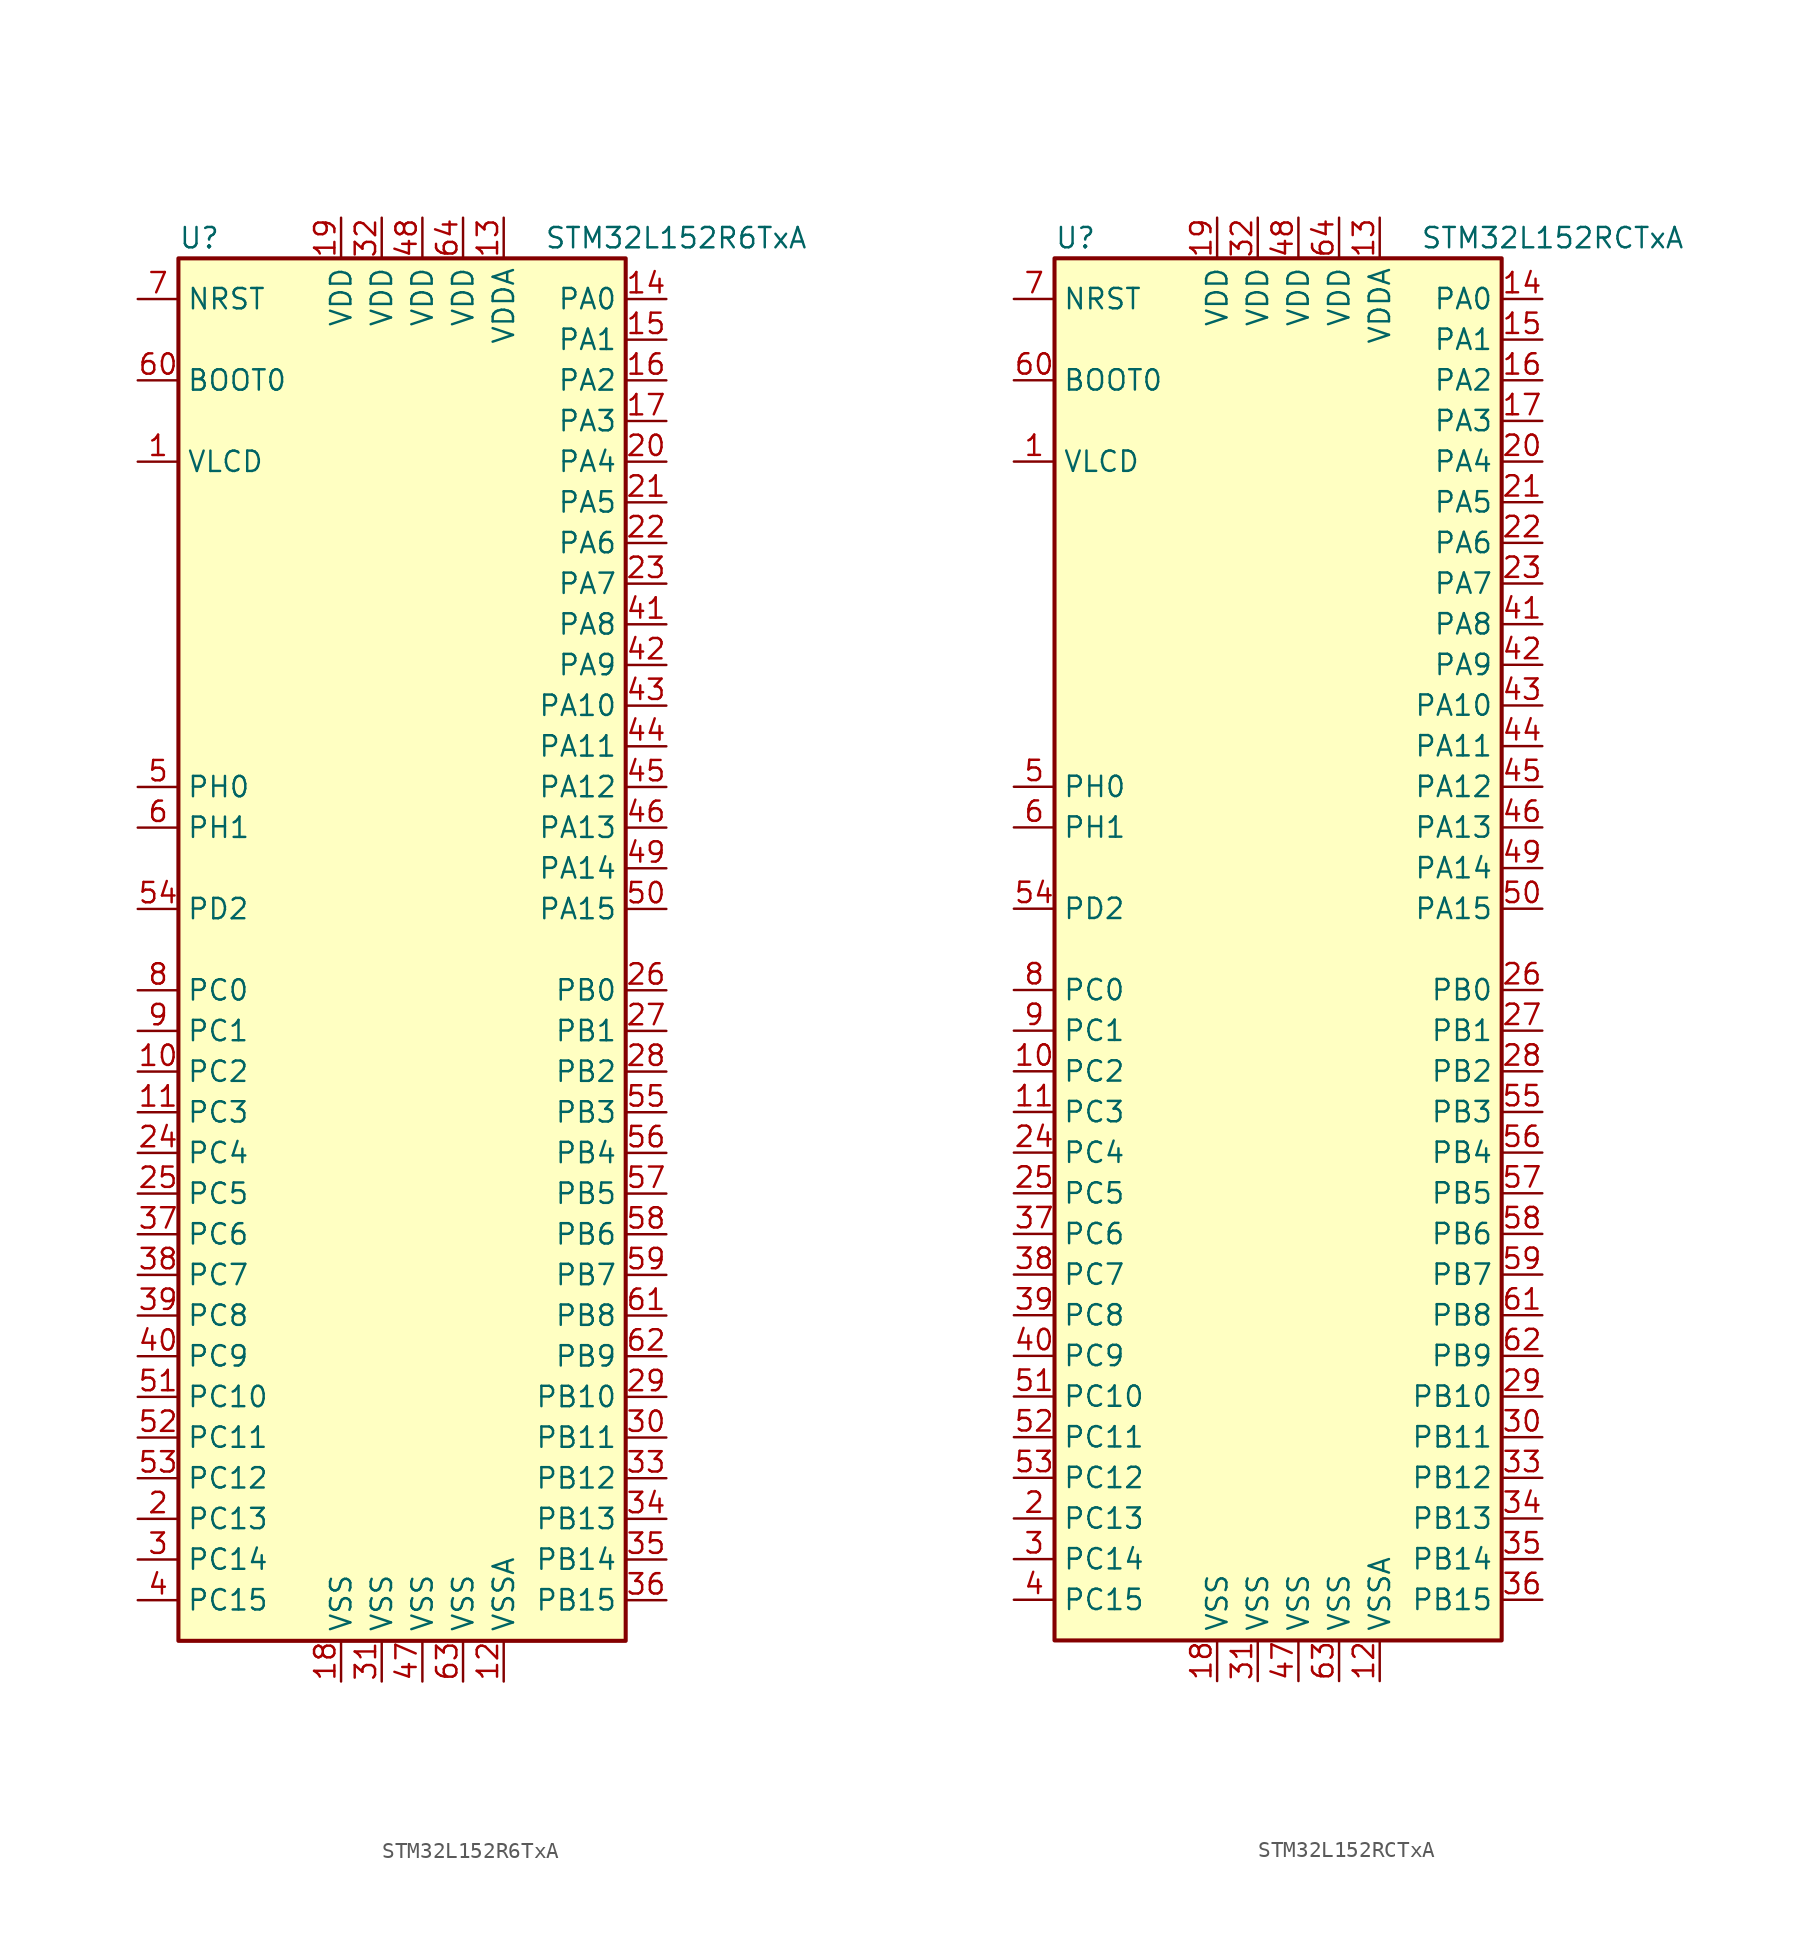
<source format=kicad_sym>
(kicad_symbol_lib
  (version 20201005)
  (generator kicad_symbol_editor)
  (symbol "MCU_ST_STM32L1:STM32L152R6TxA"
    (property "Reference" "U"
      (at -15.24 44.45 0)
      (effects (font (size 1.27 1.27)) (justify left)))
    (property "Value" "STM32L152R6TxA"
      (at 7.62 44.45 0)
      (effects (font (size 1.27 1.27)) (justify left)))
    (symbol "STM32L152R6TxA_0_1"
      (rectangle (start -15.24 -43.18) (end 12.7 43.18) (stroke (width 0.254)) (fill (type background))))
    (symbol "STM32L152R6TxA_1_1"
      (pin input line (at -17.78 35.56 0) (length 2.54) (name "BOOT0" (effects (font (size 1.27 1.27)))) (number "60" (effects (font (size 1.27 1.27)))))
      (pin input line (at -17.78 40.64 0) (length 2.54) (name "NRST" (effects (font (size 1.27 1.27)))) (number "7" (effects (font (size 1.27 1.27)))))
      (pin bidirectional line (at 15.24 40.64 180) (length 2.54) (name "PA0" (effects (font (size 1.27 1.27)))) (number "14" (effects (font (size 1.27 1.27)))))
      (pin bidirectional line (at 15.24 38.1 180) (length 2.54) (name "PA1" (effects (font (size 1.27 1.27)))) (number "15" (effects (font (size 1.27 1.27)))))
      (pin bidirectional line (at 15.24 15.24 180) (length 2.54) (name "PA10" (effects (font (size 1.27 1.27)))) (number "43" (effects (font (size 1.27 1.27)))))
      (pin bidirectional line (at 15.24 12.7 180) (length 2.54) (name "PA11" (effects (font (size 1.27 1.27)))) (number "44" (effects (font (size 1.27 1.27)))))
      (pin bidirectional line (at 15.24 10.16 180) (length 2.54) (name "PA12" (effects (font (size 1.27 1.27)))) (number "45" (effects (font (size 1.27 1.27)))))
      (pin bidirectional line (at 15.24 7.62 180) (length 2.54) (name "PA13" (effects (font (size 1.27 1.27)))) (number "46" (effects (font (size 1.27 1.27)))))
      (pin bidirectional line (at 15.24 5.08 180) (length 2.54) (name "PA14" (effects (font (size 1.27 1.27)))) (number "49" (effects (font (size 1.27 1.27)))))
      (pin bidirectional line (at 15.24 2.54 180) (length 2.54) (name "PA15" (effects (font (size 1.27 1.27)))) (number "50" (effects (font (size 1.27 1.27)))))
      (pin bidirectional line (at 15.24 35.56 180) (length 2.54) (name "PA2" (effects (font (size 1.27 1.27)))) (number "16" (effects (font (size 1.27 1.27)))))
      (pin bidirectional line (at 15.24 33.02 180) (length 2.54) (name "PA3" (effects (font (size 1.27 1.27)))) (number "17" (effects (font (size 1.27 1.27)))))
      (pin bidirectional line (at 15.24 30.48 180) (length 2.54) (name "PA4" (effects (font (size 1.27 1.27)))) (number "20" (effects (font (size 1.27 1.27)))))
      (pin bidirectional line (at 15.24 27.94 180) (length 2.54) (name "PA5" (effects (font (size 1.27 1.27)))) (number "21" (effects (font (size 1.27 1.27)))))
      (pin bidirectional line (at 15.24 25.4 180) (length 2.54) (name "PA6" (effects (font (size 1.27 1.27)))) (number "22" (effects (font (size 1.27 1.27)))))
      (pin bidirectional line (at 15.24 22.86 180) (length 2.54) (name "PA7" (effects (font (size 1.27 1.27)))) (number "23" (effects (font (size 1.27 1.27)))))
      (pin bidirectional line (at 15.24 20.32 180) (length 2.54) (name "PA8" (effects (font (size 1.27 1.27)))) (number "41" (effects (font (size 1.27 1.27)))))
      (pin bidirectional line (at 15.24 17.78 180) (length 2.54) (name "PA9" (effects (font (size 1.27 1.27)))) (number "42" (effects (font (size 1.27 1.27)))))
      (pin bidirectional line (at 15.24 -2.54 180) (length 2.54) (name "PB0" (effects (font (size 1.27 1.27)))) (number "26" (effects (font (size 1.27 1.27)))))
      (pin bidirectional line (at 15.24 -5.08 180) (length 2.54) (name "PB1" (effects (font (size 1.27 1.27)))) (number "27" (effects (font (size 1.27 1.27)))))
      (pin bidirectional line (at 15.24 -27.94 180) (length 2.54) (name "PB10" (effects (font (size 1.27 1.27)))) (number "29" (effects (font (size 1.27 1.27)))))
      (pin bidirectional line (at 15.24 -30.48 180) (length 2.54) (name "PB11" (effects (font (size 1.27 1.27)))) (number "30" (effects (font (size 1.27 1.27)))))
      (pin bidirectional line (at 15.24 -33.02 180) (length 2.54) (name "PB12" (effects (font (size 1.27 1.27)))) (number "33" (effects (font (size 1.27 1.27)))))
      (pin bidirectional line (at 15.24 -35.56 180) (length 2.54) (name "PB13" (effects (font (size 1.27 1.27)))) (number "34" (effects (font (size 1.27 1.27)))))
      (pin bidirectional line (at 15.24 -38.1 180) (length 2.54) (name "PB14" (effects (font (size 1.27 1.27)))) (number "35" (effects (font (size 1.27 1.27)))))
      (pin bidirectional line (at 15.24 -40.64 180) (length 2.54) (name "PB15" (effects (font (size 1.27 1.27)))) (number "36" (effects (font (size 1.27 1.27)))))
      (pin bidirectional line (at 15.24 -7.62 180) (length 2.54) (name "PB2" (effects (font (size 1.27 1.27)))) (number "28" (effects (font (size 1.27 1.27)))))
      (pin bidirectional line (at 15.24 -10.16 180) (length 2.54) (name "PB3" (effects (font (size 1.27 1.27)))) (number "55" (effects (font (size 1.27 1.27)))))
      (pin bidirectional line (at 15.24 -12.7 180) (length 2.54) (name "PB4" (effects (font (size 1.27 1.27)))) (number "56" (effects (font (size 1.27 1.27)))))
      (pin bidirectional line (at 15.24 -15.24 180) (length 2.54) (name "PB5" (effects (font (size 1.27 1.27)))) (number "57" (effects (font (size 1.27 1.27)))))
      (pin bidirectional line (at 15.24 -17.78 180) (length 2.54) (name "PB6" (effects (font (size 1.27 1.27)))) (number "58" (effects (font (size 1.27 1.27)))))
      (pin bidirectional line (at 15.24 -20.32 180) (length 2.54) (name "PB7" (effects (font (size 1.27 1.27)))) (number "59" (effects (font (size 1.27 1.27)))))
      (pin bidirectional line (at 15.24 -22.86 180) (length 2.54) (name "PB8" (effects (font (size 1.27 1.27)))) (number "61" (effects (font (size 1.27 1.27)))))
      (pin bidirectional line (at 15.24 -25.4 180) (length 2.54) (name "PB9" (effects (font (size 1.27 1.27)))) (number "62" (effects (font (size 1.27 1.27)))))
      (pin bidirectional line (at -17.78 -2.54 0) (length 2.54) (name "PC0" (effects (font (size 1.27 1.27)))) (number "8" (effects (font (size 1.27 1.27)))))
      (pin bidirectional line (at -17.78 -5.08 0) (length 2.54) (name "PC1" (effects (font (size 1.27 1.27)))) (number "9" (effects (font (size 1.27 1.27)))))
      (pin bidirectional line (at -17.78 -27.94 0) (length 2.54) (name "PC10" (effects (font (size 1.27 1.27)))) (number "51" (effects (font (size 1.27 1.27)))))
      (pin bidirectional line (at -17.78 -30.48 0) (length 2.54) (name "PC11" (effects (font (size 1.27 1.27)))) (number "52" (effects (font (size 1.27 1.27)))))
      (pin bidirectional line (at -17.78 -33.02 0) (length 2.54) (name "PC12" (effects (font (size 1.27 1.27)))) (number "53" (effects (font (size 1.27 1.27)))))
      (pin bidirectional line (at -17.78 -35.56 0) (length 2.54) (name "PC13" (effects (font (size 1.27 1.27)))) (number "2" (effects (font (size 1.27 1.27)))))
      (pin bidirectional line (at -17.78 -38.1 0) (length 2.54) (name "PC14" (effects (font (size 1.27 1.27)))) (number "3" (effects (font (size 1.27 1.27)))))
      (pin bidirectional line (at -17.78 -40.64 0) (length 2.54) (name "PC15" (effects (font (size 1.27 1.27)))) (number "4" (effects (font (size 1.27 1.27)))))
      (pin bidirectional line (at -17.78 -7.62 0) (length 2.54) (name "PC2" (effects (font (size 1.27 1.27)))) (number "10" (effects (font (size 1.27 1.27)))))
      (pin bidirectional line (at -17.78 -10.16 0) (length 2.54) (name "PC3" (effects (font (size 1.27 1.27)))) (number "11" (effects (font (size 1.27 1.27)))))
      (pin bidirectional line (at -17.78 -12.7 0) (length 2.54) (name "PC4" (effects (font (size 1.27 1.27)))) (number "24" (effects (font (size 1.27 1.27)))))
      (pin bidirectional line (at -17.78 -15.24 0) (length 2.54) (name "PC5" (effects (font (size 1.27 1.27)))) (number "25" (effects (font (size 1.27 1.27)))))
      (pin bidirectional line (at -17.78 -17.78 0) (length 2.54) (name "PC6" (effects (font (size 1.27 1.27)))) (number "37" (effects (font (size 1.27 1.27)))))
      (pin bidirectional line (at -17.78 -20.32 0) (length 2.54) (name "PC7" (effects (font (size 1.27 1.27)))) (number "38" (effects (font (size 1.27 1.27)))))
      (pin bidirectional line (at -17.78 -22.86 0) (length 2.54) (name "PC8" (effects (font (size 1.27 1.27)))) (number "39" (effects (font (size 1.27 1.27)))))
      (pin bidirectional line (at -17.78 -25.4 0) (length 2.54) (name "PC9" (effects (font (size 1.27 1.27)))) (number "40" (effects (font (size 1.27 1.27)))))
      (pin bidirectional line (at -17.78 2.54 0) (length 2.54) (name "PD2" (effects (font (size 1.27 1.27)))) (number "54" (effects (font (size 1.27 1.27)))))
      (pin input line (at -17.78 10.16 0) (length 2.54) (name "PH0" (effects (font (size 1.27 1.27)))) (number "5" (effects (font (size 1.27 1.27)))))
      (pin input line (at -17.78 7.62 0) (length 2.54) (name "PH1" (effects (font (size 1.27 1.27)))) (number "6" (effects (font (size 1.27 1.27)))))
      (pin power_in line (at -5.08 45.72 270) (length 2.54) (name "VDD" (effects (font (size 1.27 1.27)))) (number "19" (effects (font (size 1.27 1.27)))))
      (pin power_in line (at -2.54 45.72 270) (length 2.54) (name "VDD" (effects (font (size 1.27 1.27)))) (number "32" (effects (font (size 1.27 1.27)))))
      (pin power_in line (at 0 45.72 270) (length 2.54) (name "VDD" (effects (font (size 1.27 1.27)))) (number "48" (effects (font (size 1.27 1.27)))))
      (pin power_in line (at 2.54 45.72 270) (length 2.54) (name "VDD" (effects (font (size 1.27 1.27)))) (number "64" (effects (font (size 1.27 1.27)))))
      (pin power_in line (at 5.08 45.72 270) (length 2.54) (name "VDDA" (effects (font (size 1.27 1.27)))) (number "13" (effects (font (size 1.27 1.27)))))
      (pin power_in line (at -17.78 30.48 0) (length 2.54) (name "VLCD" (effects (font (size 1.27 1.27)))) (number "1" (effects (font (size 1.27 1.27)))))
      (pin power_in line (at -5.08 -45.72 90) (length 2.54) (name "VSS" (effects (font (size 1.27 1.27)))) (number "18" (effects (font (size 1.27 1.27)))))
      (pin power_in line (at -2.54 -45.72 90) (length 2.54) (name "VSS" (effects (font (size 1.27 1.27)))) (number "31" (effects (font (size 1.27 1.27)))))
      (pin power_in line (at 0 -45.72 90) (length 2.54) (name "VSS" (effects (font (size 1.27 1.27)))) (number "47" (effects (font (size 1.27 1.27)))))
      (pin power_in line (at 2.54 -45.72 90) (length 2.54) (name "VSS" (effects (font (size 1.27 1.27)))) (number "63" (effects (font (size 1.27 1.27)))))
      (pin power_in line (at 5.08 -45.72 90) (length 2.54) (name "VSSA" (effects (font (size 1.27 1.27)))) (number "12" (effects (font (size 1.27 1.27)))))))
  (symbol "MCU_ST_STM32L1:STM32L152RCTxA"
    (property "Reference" "U"
      (at -15.24 44.45 0)
      (effects (font (size 1.27 1.27)) (justify left)))
    (property "Value" "STM32L152RCTxA"
      (at 7.62 44.45 0)
      (effects (font (size 1.27 1.27)) (justify left)))
    (symbol "STM32L152RCTxA_0_1"
      (rectangle (start -15.24 -43.18) (end 12.7 43.18) (stroke (width 0.254)) (fill (type background))))
    (symbol "STM32L152RCTxA_1_1"
      (pin input line (at -17.78 35.56 0) (length 2.54) (name "BOOT0" (effects (font (size 1.27 1.27)))) (number "60" (effects (font (size 1.27 1.27)))))
      (pin input line (at -17.78 40.64 0) (length 2.54) (name "NRST" (effects (font (size 1.27 1.27)))) (number "7" (effects (font (size 1.27 1.27)))))
      (pin bidirectional line (at 15.24 40.64 180) (length 2.54) (name "PA0" (effects (font (size 1.27 1.27)))) (number "14" (effects (font (size 1.27 1.27)))))
      (pin bidirectional line (at 15.24 38.1 180) (length 2.54) (name "PA1" (effects (font (size 1.27 1.27)))) (number "15" (effects (font (size 1.27 1.27)))))
      (pin bidirectional line (at 15.24 15.24 180) (length 2.54) (name "PA10" (effects (font (size 1.27 1.27)))) (number "43" (effects (font (size 1.27 1.27)))))
      (pin bidirectional line (at 15.24 12.7 180) (length 2.54) (name "PA11" (effects (font (size 1.27 1.27)))) (number "44" (effects (font (size 1.27 1.27)))))
      (pin bidirectional line (at 15.24 10.16 180) (length 2.54) (name "PA12" (effects (font (size 1.27 1.27)))) (number "45" (effects (font (size 1.27 1.27)))))
      (pin bidirectional line (at 15.24 7.62 180) (length 2.54) (name "PA13" (effects (font (size 1.27 1.27)))) (number "46" (effects (font (size 1.27 1.27)))))
      (pin bidirectional line (at 15.24 5.08 180) (length 2.54) (name "PA14" (effects (font (size 1.27 1.27)))) (number "49" (effects (font (size 1.27 1.27)))))
      (pin bidirectional line (at 15.24 2.54 180) (length 2.54) (name "PA15" (effects (font (size 1.27 1.27)))) (number "50" (effects (font (size 1.27 1.27)))))
      (pin bidirectional line (at 15.24 35.56 180) (length 2.54) (name "PA2" (effects (font (size 1.27 1.27)))) (number "16" (effects (font (size 1.27 1.27)))))
      (pin bidirectional line (at 15.24 33.02 180) (length 2.54) (name "PA3" (effects (font (size 1.27 1.27)))) (number "17" (effects (font (size 1.27 1.27)))))
      (pin bidirectional line (at 15.24 30.48 180) (length 2.54) (name "PA4" (effects (font (size 1.27 1.27)))) (number "20" (effects (font (size 1.27 1.27)))))
      (pin bidirectional line (at 15.24 27.94 180) (length 2.54) (name "PA5" (effects (font (size 1.27 1.27)))) (number "21" (effects (font (size 1.27 1.27)))))
      (pin bidirectional line (at 15.24 25.4 180) (length 2.54) (name "PA6" (effects (font (size 1.27 1.27)))) (number "22" (effects (font (size 1.27 1.27)))))
      (pin bidirectional line (at 15.24 22.86 180) (length 2.54) (name "PA7" (effects (font (size 1.27 1.27)))) (number "23" (effects (font (size 1.27 1.27)))))
      (pin bidirectional line (at 15.24 20.32 180) (length 2.54) (name "PA8" (effects (font (size 1.27 1.27)))) (number "41" (effects (font (size 1.27 1.27)))))
      (pin bidirectional line (at 15.24 17.78 180) (length 2.54) (name "PA9" (effects (font (size 1.27 1.27)))) (number "42" (effects (font (size 1.27 1.27)))))
      (pin bidirectional line (at 15.24 -2.54 180) (length 2.54) (name "PB0" (effects (font (size 1.27 1.27)))) (number "26" (effects (font (size 1.27 1.27)))))
      (pin bidirectional line (at 15.24 -5.08 180) (length 2.54) (name "PB1" (effects (font (size 1.27 1.27)))) (number "27" (effects (font (size 1.27 1.27)))))
      (pin bidirectional line (at 15.24 -27.94 180) (length 2.54) (name "PB10" (effects (font (size 1.27 1.27)))) (number "29" (effects (font (size 1.27 1.27)))))
      (pin bidirectional line (at 15.24 -30.48 180) (length 2.54) (name "PB11" (effects (font (size 1.27 1.27)))) (number "30" (effects (font (size 1.27 1.27)))))
      (pin bidirectional line (at 15.24 -33.02 180) (length 2.54) (name "PB12" (effects (font (size 1.27 1.27)))) (number "33" (effects (font (size 1.27 1.27)))))
      (pin bidirectional line (at 15.24 -35.56 180) (length 2.54) (name "PB13" (effects (font (size 1.27 1.27)))) (number "34" (effects (font (size 1.27 1.27)))))
      (pin bidirectional line (at 15.24 -38.1 180) (length 2.54) (name "PB14" (effects (font (size 1.27 1.27)))) (number "35" (effects (font (size 1.27 1.27)))))
      (pin bidirectional line (at 15.24 -40.64 180) (length 2.54) (name "PB15" (effects (font (size 1.27 1.27)))) (number "36" (effects (font (size 1.27 1.27)))))
      (pin bidirectional line (at 15.24 -7.62 180) (length 2.54) (name "PB2" (effects (font (size 1.27 1.27)))) (number "28" (effects (font (size 1.27 1.27)))))
      (pin bidirectional line (at 15.24 -10.16 180) (length 2.54) (name "PB3" (effects (font (size 1.27 1.27)))) (number "55" (effects (font (size 1.27 1.27)))))
      (pin bidirectional line (at 15.24 -12.7 180) (length 2.54) (name "PB4" (effects (font (size 1.27 1.27)))) (number "56" (effects (font (size 1.27 1.27)))))
      (pin bidirectional line (at 15.24 -15.24 180) (length 2.54) (name "PB5" (effects (font (size 1.27 1.27)))) (number "57" (effects (font (size 1.27 1.27)))))
      (pin bidirectional line (at 15.24 -17.78 180) (length 2.54) (name "PB6" (effects (font (size 1.27 1.27)))) (number "58" (effects (font (size 1.27 1.27)))))
      (pin bidirectional line (at 15.24 -20.32 180) (length 2.54) (name "PB7" (effects (font (size 1.27 1.27)))) (number "59" (effects (font (size 1.27 1.27)))))
      (pin bidirectional line (at 15.24 -22.86 180) (length 2.54) (name "PB8" (effects (font (size 1.27 1.27)))) (number "61" (effects (font (size 1.27 1.27)))))
      (pin bidirectional line (at 15.24 -25.4 180) (length 2.54) (name "PB9" (effects (font (size 1.27 1.27)))) (number "62" (effects (font (size 1.27 1.27)))))
      (pin bidirectional line (at -17.78 -2.54 0) (length 2.54) (name "PC0" (effects (font (size 1.27 1.27)))) (number "8" (effects (font (size 1.27 1.27)))))
      (pin bidirectional line (at -17.78 -5.08 0) (length 2.54) (name "PC1" (effects (font (size 1.27 1.27)))) (number "9" (effects (font (size 1.27 1.27)))))
      (pin bidirectional line (at -17.78 -27.94 0) (length 2.54) (name "PC10" (effects (font (size 1.27 1.27)))) (number "51" (effects (font (size 1.27 1.27)))))
      (pin bidirectional line (at -17.78 -30.48 0) (length 2.54) (name "PC11" (effects (font (size 1.27 1.27)))) (number "52" (effects (font (size 1.27 1.27)))))
      (pin bidirectional line (at -17.78 -33.02 0) (length 2.54) (name "PC12" (effects (font (size 1.27 1.27)))) (number "53" (effects (font (size 1.27 1.27)))))
      (pin bidirectional line (at -17.78 -35.56 0) (length 2.54) (name "PC13" (effects (font (size 1.27 1.27)))) (number "2" (effects (font (size 1.27 1.27)))))
      (pin bidirectional line (at -17.78 -38.1 0) (length 2.54) (name "PC14" (effects (font (size 1.27 1.27)))) (number "3" (effects (font (size 1.27 1.27)))))
      (pin bidirectional line (at -17.78 -40.64 0) (length 2.54) (name "PC15" (effects (font (size 1.27 1.27)))) (number "4" (effects (font (size 1.27 1.27)))))
      (pin bidirectional line (at -17.78 -7.62 0) (length 2.54) (name "PC2" (effects (font (size 1.27 1.27)))) (number "10" (effects (font (size 1.27 1.27)))))
      (pin bidirectional line (at -17.78 -10.16 0) (length 2.54) (name "PC3" (effects (font (size 1.27 1.27)))) (number "11" (effects (font (size 1.27 1.27)))))
      (pin bidirectional line (at -17.78 -12.7 0) (length 2.54) (name "PC4" (effects (font (size 1.27 1.27)))) (number "24" (effects (font (size 1.27 1.27)))))
      (pin bidirectional line (at -17.78 -15.24 0) (length 2.54) (name "PC5" (effects (font (size 1.27 1.27)))) (number "25" (effects (font (size 1.27 1.27)))))
      (pin bidirectional line (at -17.78 -17.78 0) (length 2.54) (name "PC6" (effects (font (size 1.27 1.27)))) (number "37" (effects (font (size 1.27 1.27)))))
      (pin bidirectional line (at -17.78 -20.32 0) (length 2.54) (name "PC7" (effects (font (size 1.27 1.27)))) (number "38" (effects (font (size 1.27 1.27)))))
      (pin bidirectional line (at -17.78 -22.86 0) (length 2.54) (name "PC8" (effects (font (size 1.27 1.27)))) (number "39" (effects (font (size 1.27 1.27)))))
      (pin bidirectional line (at -17.78 -25.4 0) (length 2.54) (name "PC9" (effects (font (size 1.27 1.27)))) (number "40" (effects (font (size 1.27 1.27)))))
      (pin bidirectional line (at -17.78 2.54 0) (length 2.54) (name "PD2" (effects (font (size 1.27 1.27)))) (number "54" (effects (font (size 1.27 1.27)))))
      (pin input line (at -17.78 10.16 0) (length 2.54) (name "PH0" (effects (font (size 1.27 1.27)))) (number "5" (effects (font (size 1.27 1.27)))))
      (pin input line (at -17.78 7.62 0) (length 2.54) (name "PH1" (effects (font (size 1.27 1.27)))) (number "6" (effects (font (size 1.27 1.27)))))
      (pin power_in line (at -5.08 45.72 270) (length 2.54) (name "VDD" (effects (font (size 1.27 1.27)))) (number "19" (effects (font (size 1.27 1.27)))))
      (pin power_in line (at -2.54 45.72 270) (length 2.54) (name "VDD" (effects (font (size 1.27 1.27)))) (number "32" (effects (font (size 1.27 1.27)))))
      (pin power_in line (at 0 45.72 270) (length 2.54) (name "VDD" (effects (font (size 1.27 1.27)))) (number "48" (effects (font (size 1.27 1.27)))))
      (pin power_in line (at 2.54 45.72 270) (length 2.54) (name "VDD" (effects (font (size 1.27 1.27)))) (number "64" (effects (font (size 1.27 1.27)))))
      (pin power_in line (at 5.08 45.72 270) (length 2.54) (name "VDDA" (effects (font (size 1.27 1.27)))) (number "13" (effects (font (size 1.27 1.27)))))
      (pin power_in line (at -17.78 30.48 0) (length 2.54) (name "VLCD" (effects (font (size 1.27 1.27)))) (number "1" (effects (font (size 1.27 1.27)))))
      (pin power_in line (at -5.08 -45.72 90) (length 2.54) (name "VSS" (effects (font (size 1.27 1.27)))) (number "18" (effects (font (size 1.27 1.27)))))
      (pin power_in line (at -2.54 -45.72 90) (length 2.54) (name "VSS" (effects (font (size 1.27 1.27)))) (number "31" (effects (font (size 1.27 1.27)))))
      (pin power_in line (at 0 -45.72 90) (length 2.54) (name "VSS" (effects (font (size 1.27 1.27)))) (number "47" (effects (font (size 1.27 1.27)))))
      (pin power_in line (at 2.54 -45.72 90) (length 2.54) (name "VSS" (effects (font (size 1.27 1.27)))) (number "63" (effects (font (size 1.27 1.27)))))
      (pin power_in line (at 5.08 -45.72 90) (length 2.54) (name "VSSA" (effects (font (size 1.27 1.27)))) (number "12" (effects (font (size 1.27 1.27))))))))
</source>
